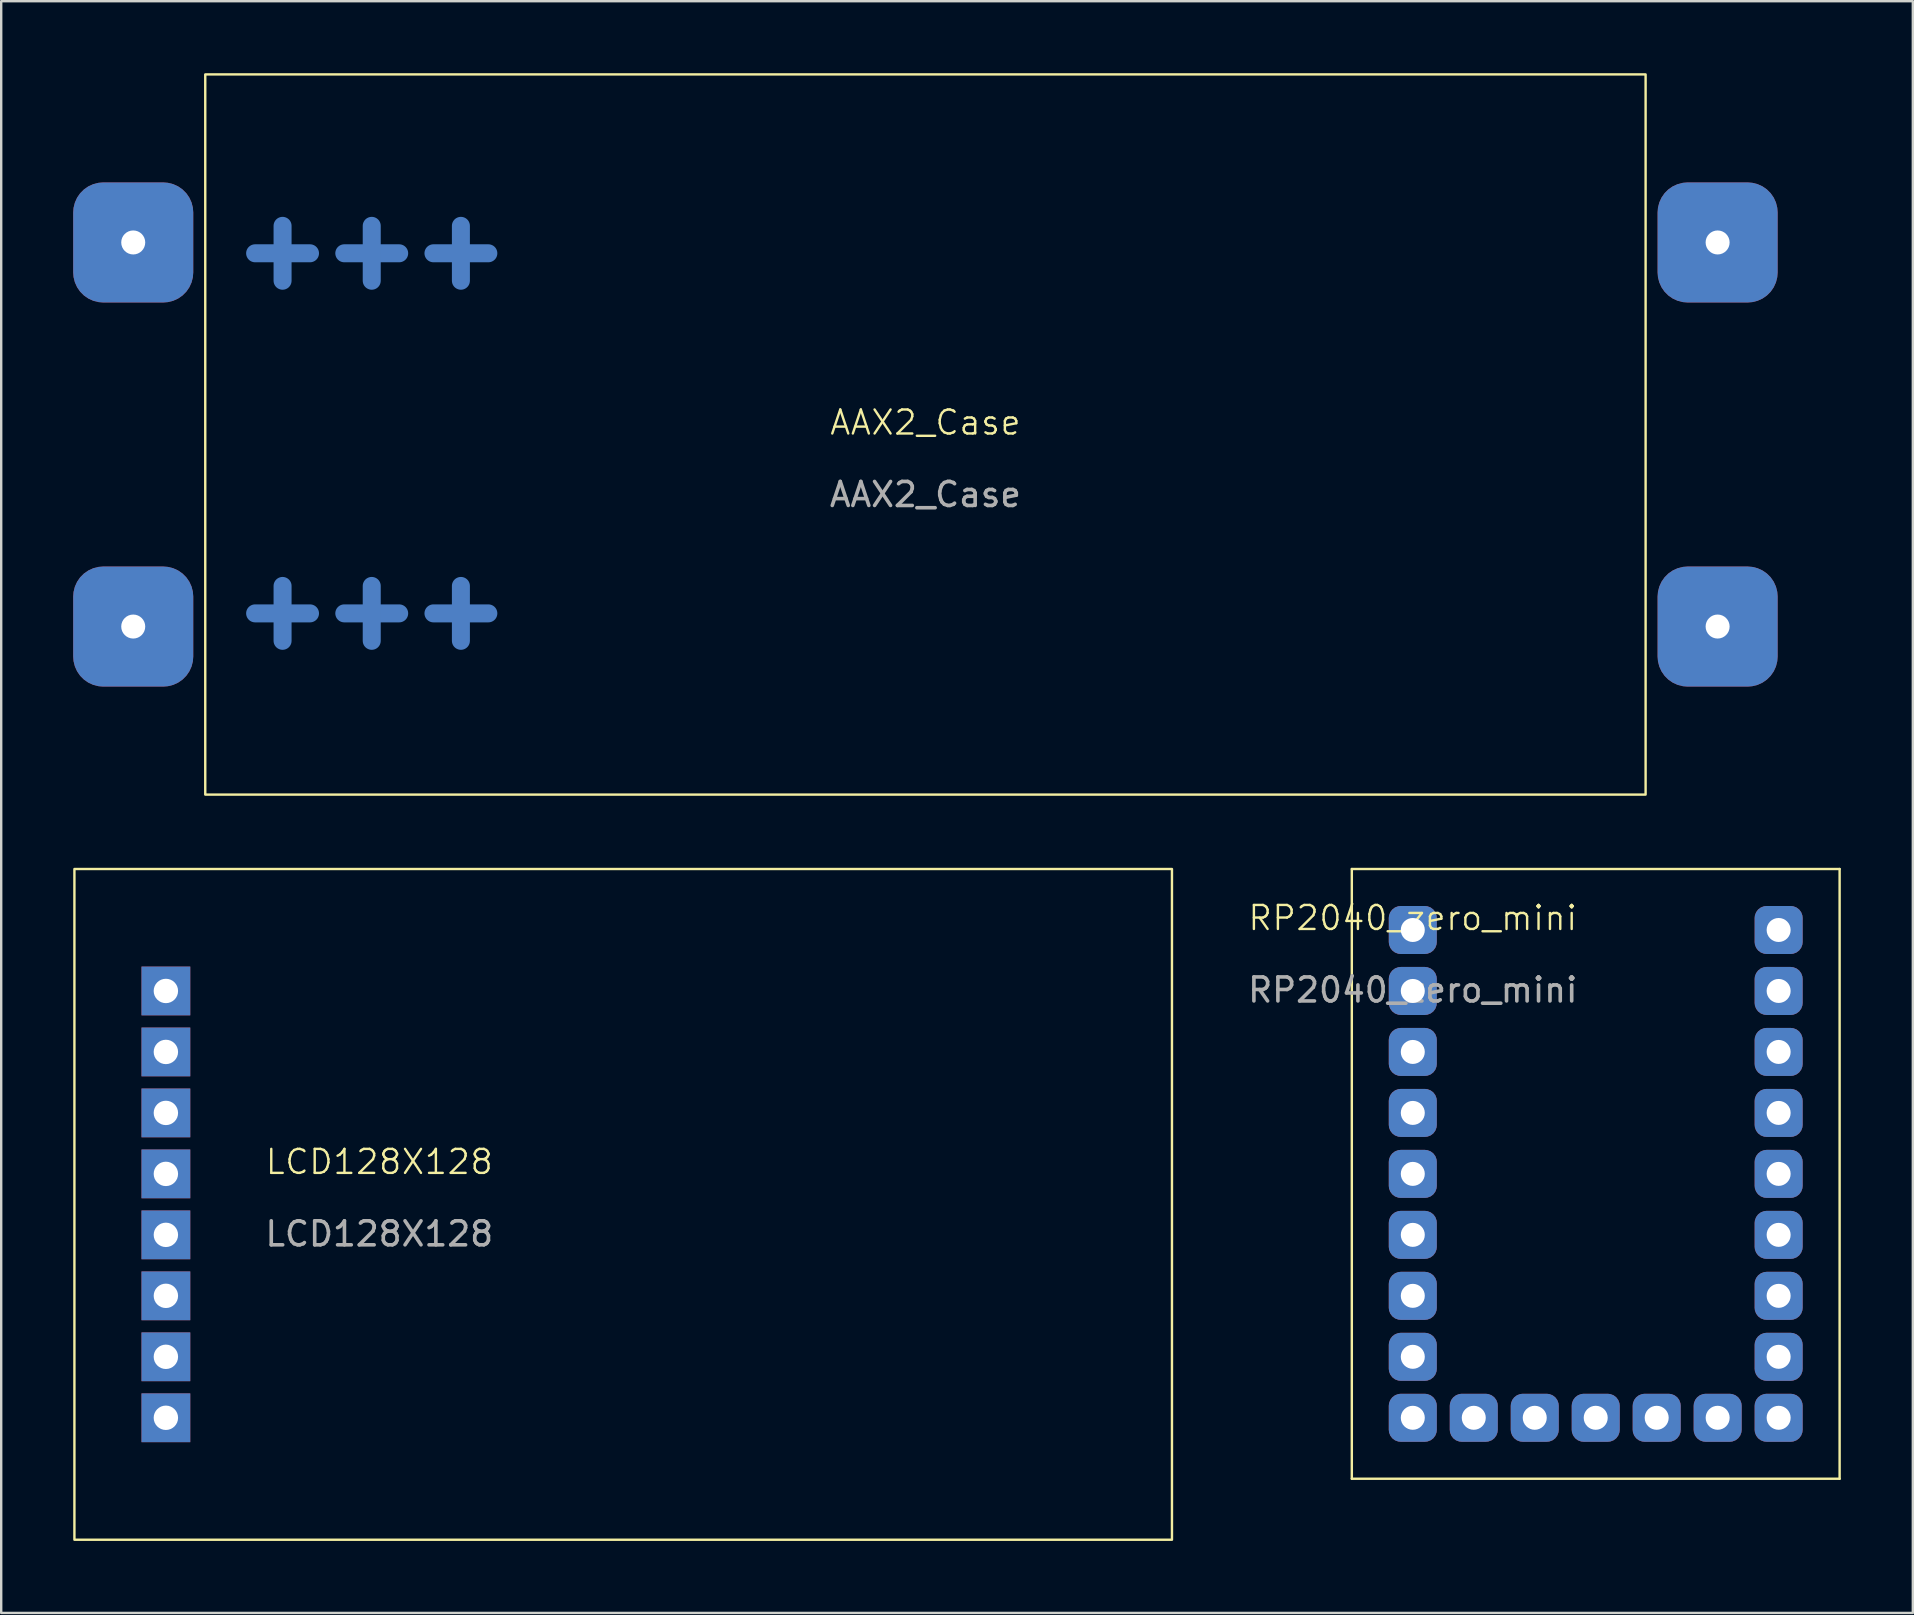
<source format=kicad_pcb>
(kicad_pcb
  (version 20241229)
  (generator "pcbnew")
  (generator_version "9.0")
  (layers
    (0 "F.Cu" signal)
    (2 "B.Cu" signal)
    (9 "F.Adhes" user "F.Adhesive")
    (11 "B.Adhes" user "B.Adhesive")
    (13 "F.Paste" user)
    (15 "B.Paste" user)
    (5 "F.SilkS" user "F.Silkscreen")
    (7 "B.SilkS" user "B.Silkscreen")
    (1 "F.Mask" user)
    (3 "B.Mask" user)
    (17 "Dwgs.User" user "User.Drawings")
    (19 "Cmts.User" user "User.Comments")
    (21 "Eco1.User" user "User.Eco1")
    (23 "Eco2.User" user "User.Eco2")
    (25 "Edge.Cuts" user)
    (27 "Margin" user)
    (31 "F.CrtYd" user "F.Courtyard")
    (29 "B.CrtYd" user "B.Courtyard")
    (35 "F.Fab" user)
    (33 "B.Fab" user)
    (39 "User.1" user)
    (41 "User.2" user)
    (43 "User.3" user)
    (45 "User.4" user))
  (footprint "AAX2_Case"
    (layer "F.Cu")
    (at 35.5 15.05)
    (property "Reference" "AAX2_Case" (at 0 -0.5 0) (unlocked yes) (layer "F.SilkS") (effects (font (size 1 1) (thickness 0.1))))
    (attr through_hole)
    (fp_rect (start 30 15) (end -30 -15) (stroke (width 0.1) (type default)) (fill no) (layer "F.SilkS"))
    (fp_text user "+++" (at -17 -6 0) (unlocked yes) (layer "B.Cu") (effects (font (size 3 3) (thickness 0.75) (bold yes)) (justify left bottom mirror)))
    (fp_text user "+++" (at -17 9 0) (unlocked yes) (layer "B.Cu") (effects (font (size 3 3) (thickness 0.75) (bold yes)) (justify left bottom mirror)))
    (fp_text user "${REFERENCE}" (at 0 2.5 0) (unlocked yes) (layer "F.Fab") (effects (font (size 1 1) (thickness 0.15))))
    (pad "1" thru_hole roundrect (at 33 -8) (size 5 5) (drill 1) (layers "*.Cu" "*.Mask") (roundrect_rratio 0.25))
    (pad "2" thru_hole roundrect (at 33 8) (size 5 5) (drill 1) (layers "*.Cu" "*.Mask") (roundrect_rratio 0.25))
    (pad "3" thru_hole roundrect (at -33 8) (size 5 5) (drill 1) (layers "*.Cu" "*.Mask") (roundrect_rratio 0.25))
    (pad "4" thru_hole roundrect (at -33 -8) (size 5 5) (drill 1) (layers "*.Cu" "*.Mask") (roundrect_rratio 0.25)))
  (footprint "RP2040_zero_mini"
    (layer "F.Cu")
    (at 55.802 35.69)
    (property "Reference" "RP2040_zero_mini" (at 0 -0.5 0) (unlocked yes) (layer "F.SilkS") (effects (font (size 1 1) (thickness 0.1))))
    (attr through_hole)
    (fp_line (start -2.54 -2.54) (end 17.78 -2.54) (stroke (width 0.1) (type default)) (layer "F.SilkS"))
    (fp_line (start -2.54 22.86) (end -2.54 -2.54) (stroke (width 0.1) (type default)) (layer "F.SilkS"))
    (fp_line (start 17.78 -2.54) (end 17.78 22.86) (stroke (width 0.1) (type default)) (layer "F.SilkS"))
    (fp_line (start 17.78 22.86) (end -2.54 22.86) (stroke (width 0.1) (type default)) (layer "F.SilkS"))
    (fp_text user "${REFERENCE}" (at 0 2.5 0) (unlocked yes) (layer "F.Fab") (effects (font (size 1 1) (thickness 0.15))))
    (pad "1" thru_hole roundrect (at 0 0) (size 2 2) (drill 1) (layers "*.Cu" "*.Mask") (roundrect_rratio 0.25))
    (pad "2" thru_hole roundrect (at 0 2.54) (size 2 2) (drill 1) (layers "*.Cu" "*.Mask") (roundrect_rratio 0.25))
    (pad "3" thru_hole roundrect (at 0 5.08) (size 2 2) (drill 1) (layers "*.Cu" "*.Mask") (roundrect_rratio 0.25))
    (pad "4" thru_hole roundrect (at 0 7.62) (size 2 2) (drill 1) (layers "*.Cu" "*.Mask") (roundrect_rratio 0.25))
    (pad "5" thru_hole roundrect (at 0 10.16) (size 2 2) (drill 1) (layers "*.Cu" "*.Mask") (roundrect_rratio 0.25))
    (pad "6" thru_hole roundrect (at 0 12.7) (size 2 2) (drill 1) (layers "*.Cu" "*.Mask") (roundrect_rratio 0.25))
    (pad "7" thru_hole roundrect (at 0 15.24) (size 2 2) (drill 1) (layers "*.Cu" "*.Mask") (roundrect_rratio 0.25))
    (pad "8" thru_hole roundrect (at 0 17.78) (size 2 2) (drill 1) (layers "*.Cu" "*.Mask") (roundrect_rratio 0.25))
    (pad "9" thru_hole roundrect (at 0 20.32) (size 2 2) (drill 1) (layers "*.Cu" "*.Mask") (roundrect_rratio 0.25))
    (pad "10" thru_hole roundrect (at 2.54 20.32 90) (size 2 2) (drill 1) (layers "*.Cu" "*.Mask") (roundrect_rratio 0.25))
    (pad "11" thru_hole roundrect (at 5.08 20.32 90) (size 2 2) (drill 1) (layers "*.Cu" "*.Mask") (roundrect_rratio 0.25))
    (pad "12" thru_hole roundrect (at 7.62 20.32 90) (size 2 2) (drill 1) (layers "*.Cu" "*.Mask") (roundrect_rratio 0.25))
    (pad "13" thru_hole roundrect (at 10.16 20.32 90) (size 2 2) (drill 1) (layers "*.Cu" "*.Mask") (roundrect_rratio 0.25))
    (pad "14" thru_hole roundrect (at 12.7 20.32 90) (size 2 2) (drill 1) (layers "*.Cu" "*.Mask") (roundrect_rratio 0.25))
    (pad "15" thru_hole roundrect (at 15.24 20.32) (size 2 2) (drill 1) (layers "*.Cu" "*.Mask") (roundrect_rratio 0.25))
    (pad "16" thru_hole roundrect (at 15.24 17.78) (size 2 2) (drill 1) (layers "*.Cu" "*.Mask") (roundrect_rratio 0.25))
    (pad "17" thru_hole roundrect (at 15.24 15.24) (size 2 2) (drill 1) (layers "*.Cu" "*.Mask") (roundrect_rratio 0.25))
    (pad "18" thru_hole roundrect (at 15.24 12.7) (size 2 2) (drill 1) (layers "*.Cu" "*.Mask") (roundrect_rratio 0.25))
    (pad "19" thru_hole roundrect (at 15.24 10.16) (size 2 2) (drill 1) (layers "*.Cu" "*.Mask") (roundrect_rratio 0.25))
    (pad "20" thru_hole roundrect (at 15.24 7.62) (size 2 2) (drill 1) (layers "*.Cu" "*.Mask") (roundrect_rratio 0.25))
    (pad "21" thru_hole roundrect (at 15.24 5.08) (size 2 2) (drill 1) (layers "*.Cu" "*.Mask") (roundrect_rratio 0.25))
    (pad "22" thru_hole roundrect (at 15.24 2.54) (size 2 2) (drill 1) (layers "*.Cu" "*.Mask") (roundrect_rratio 0.25))
    (pad "23" thru_hole roundrect (at 15.24 0) (size 2 2) (drill 1) (layers "*.Cu" "*.Mask") (roundrect_rratio 0.25)))
  (footprint "LCD128X128"
    (layer "F.Cu")
    (at 12.75 45.85)
    (property "Reference" "LCD128X128" (at 0 -0.5 0) (unlocked yes) (layer "F.SilkS") (effects (font (size 1 1) (thickness 0.1))))
    (attr through_hole)
    (fp_rect (start -12.7 -12.7) (end 33.02 15.24) (stroke (width 0.1) (type default)) (fill no) (layer "F.SilkS"))
    (fp_text user "${REFERENCE}" (at 0 2.5 0) (unlocked yes) (layer "F.Fab") (effects (font (size 1 1) (thickness 0.15))))
    (pad "1" thru_hole rect (at -8.89 -7.62) (size 2.032 2.032) (drill 1.016) (layers "*.Cu" "*.Mask"))
    (pad "2" thru_hole rect (at -8.89 -5.08) (size 2.032 2.032) (drill 1.016) (layers "*.Cu" "*.Mask"))
    (pad "3" thru_hole rect (at -8.89 -2.54) (size 2.032 2.032) (drill 1.016) (layers "*.Cu" "*.Mask"))
    (pad "4" thru_hole rect (at -8.89 0) (size 2.032 2.032) (drill 1.016) (layers "*.Cu" "*.Mask"))
    (pad "5" thru_hole rect (at -8.89 2.54) (size 2.032 2.032) (drill 1.016) (layers "*.Cu" "*.Mask"))
    (pad "6" thru_hole rect (at -8.89 5.08) (size 2.032 2.032) (drill 1.016) (layers "*.Cu" "*.Mask"))
    (pad "7" thru_hole rect (at -8.89 7.62) (size 2.032 2.032) (drill 1.016) (layers "*.Cu" "*.Mask"))
    (pad "8" thru_hole rect (at -8.89 10.16) (size 2.032 2.032) (drill 1.016) (layers "*.Cu" "*.Mask")))
  (gr_rect
    (start -3 -3)
    (end 76.632 64.14)
    (stroke (width 0.1) (type default))
    (fill no)
    (layer "Edge.Cuts")))
</source>
